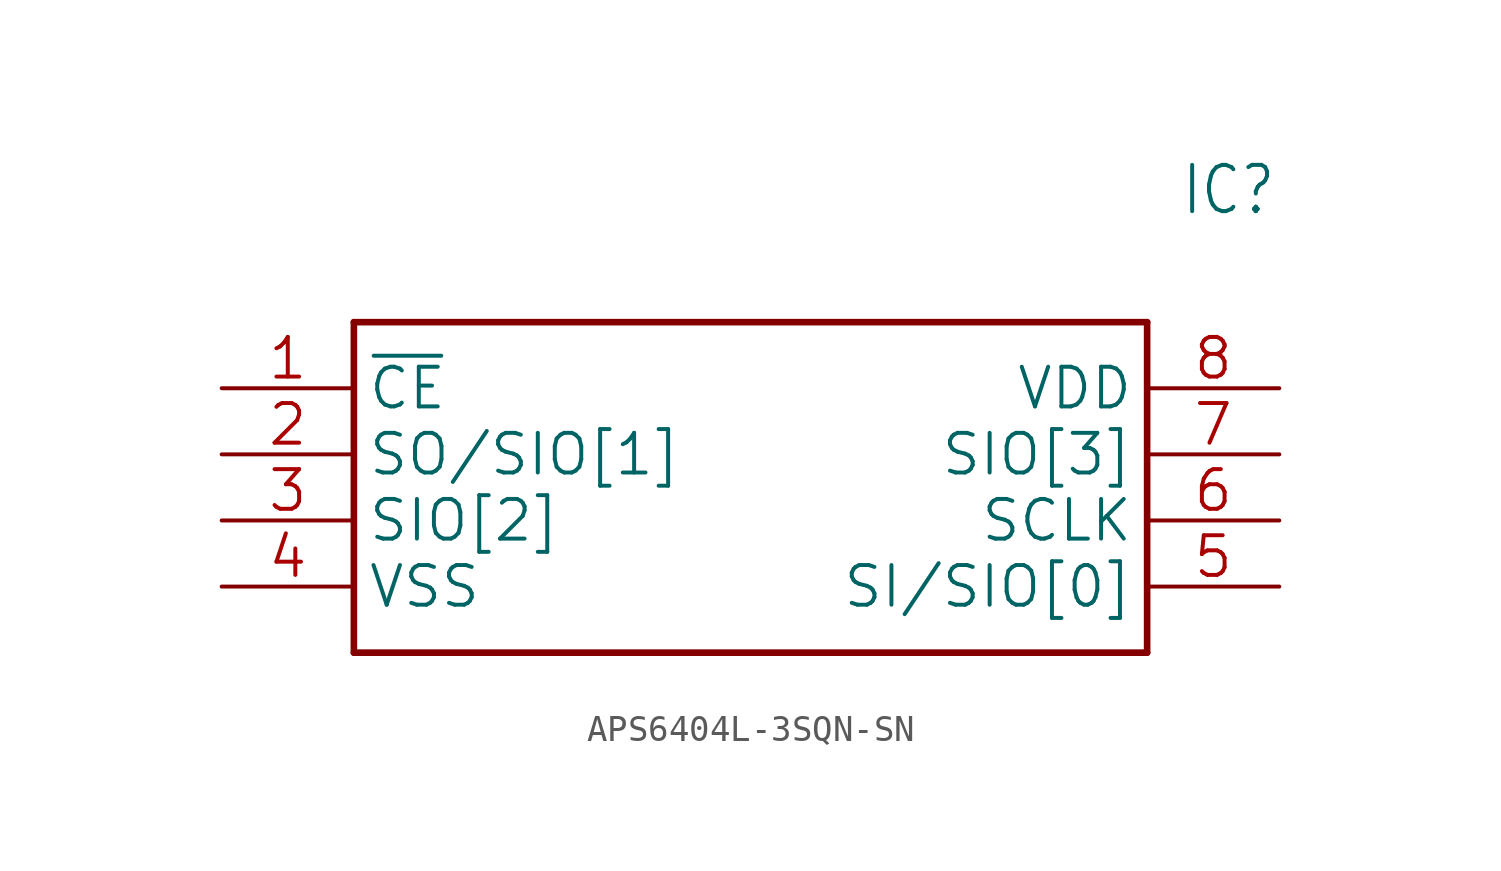
<source format=kicad_sym>
(kicad_symbol_lib
  (version 20241209)
  (generator "kicad_symbol_editor")
  (generator_version "9.0")
  (symbol "APS6404L-3SQN-SN"
    (property "Reference" "IC"
      (at 36.83 7.62 0)
      (effects (font (size 1.778 1.511)) (justify left)))
    (property "Value" ""
      (at 36.83 5.08 0)
      (effects (font (size 1.778 1.511)) (justify left)))
    (property "ki_locked" ""
      (at 0 0 0)
      (effects (font (size 1.27 1.27))))
    (symbol "APS6404L-3SQN-SN_1_0"
      (polyline (pts (xy 5.08 2.54) (xy 5.08 -10.16)) (stroke (width 0.254) (type solid)) (fill (type none)))
      (polyline (pts (xy 5.08 2.54) (xy 35.56 2.54)) (stroke (width 0.254) (type solid)) (fill (type none)))
      (polyline (pts (xy 35.56 -10.16) (xy 5.08 -10.16)) (stroke (width 0.254) (type solid)) (fill (type none)))
      (polyline (pts (xy 35.56 -10.16) (xy 35.56 2.54)) (stroke (width 0.254) (type solid)) (fill (type none)))
      (pin bidirectional line (at 0 0 0) (length 5.08) (name "~{CE}" (effects (font (size 1.524 1.524)))) (number "1" (effects (font (size 1.524 1.524)))))
      (pin bidirectional line (at 0 -2.54 0) (length 5.08) (name "SO/SIO[1]" (effects (font (size 1.524 1.524)))) (number "2" (effects (font (size 1.524 1.524)))))
      (pin bidirectional line (at 0 -5.08 0) (length 5.08) (name "SIO[2]" (effects (font (size 1.524 1.524)))) (number "3" (effects (font (size 1.524 1.524)))))
      (pin bidirectional line (at 0 -7.62 0) (length 5.08) (name "VSS" (effects (font (size 1.524 1.524)))) (number "4" (effects (font (size 1.524 1.524)))))
      (pin bidirectional line (at 40.64 0 180) (length 5.08) (name "VDD" (effects (font (size 1.524 1.524)))) (number "8" (effects (font (size 1.524 1.524)))))
      (pin bidirectional line (at 40.64 -2.54 180) (length 5.08) (name "SIO[3]" (effects (font (size 1.524 1.524)))) (number "7" (effects (font (size 1.524 1.524)))))
      (pin bidirectional line (at 40.64 -5.08 180) (length 5.08) (name "SCLK" (effects (font (size 1.524 1.524)))) (number "6" (effects (font (size 1.524 1.524)))))
      (pin bidirectional line (at 40.64 -7.62 180) (length 5.08) (name "SI/SIO[0]" (effects (font (size 1.524 1.524)))) (number "5" (effects (font (size 1.524 1.524))))))))
</source>
